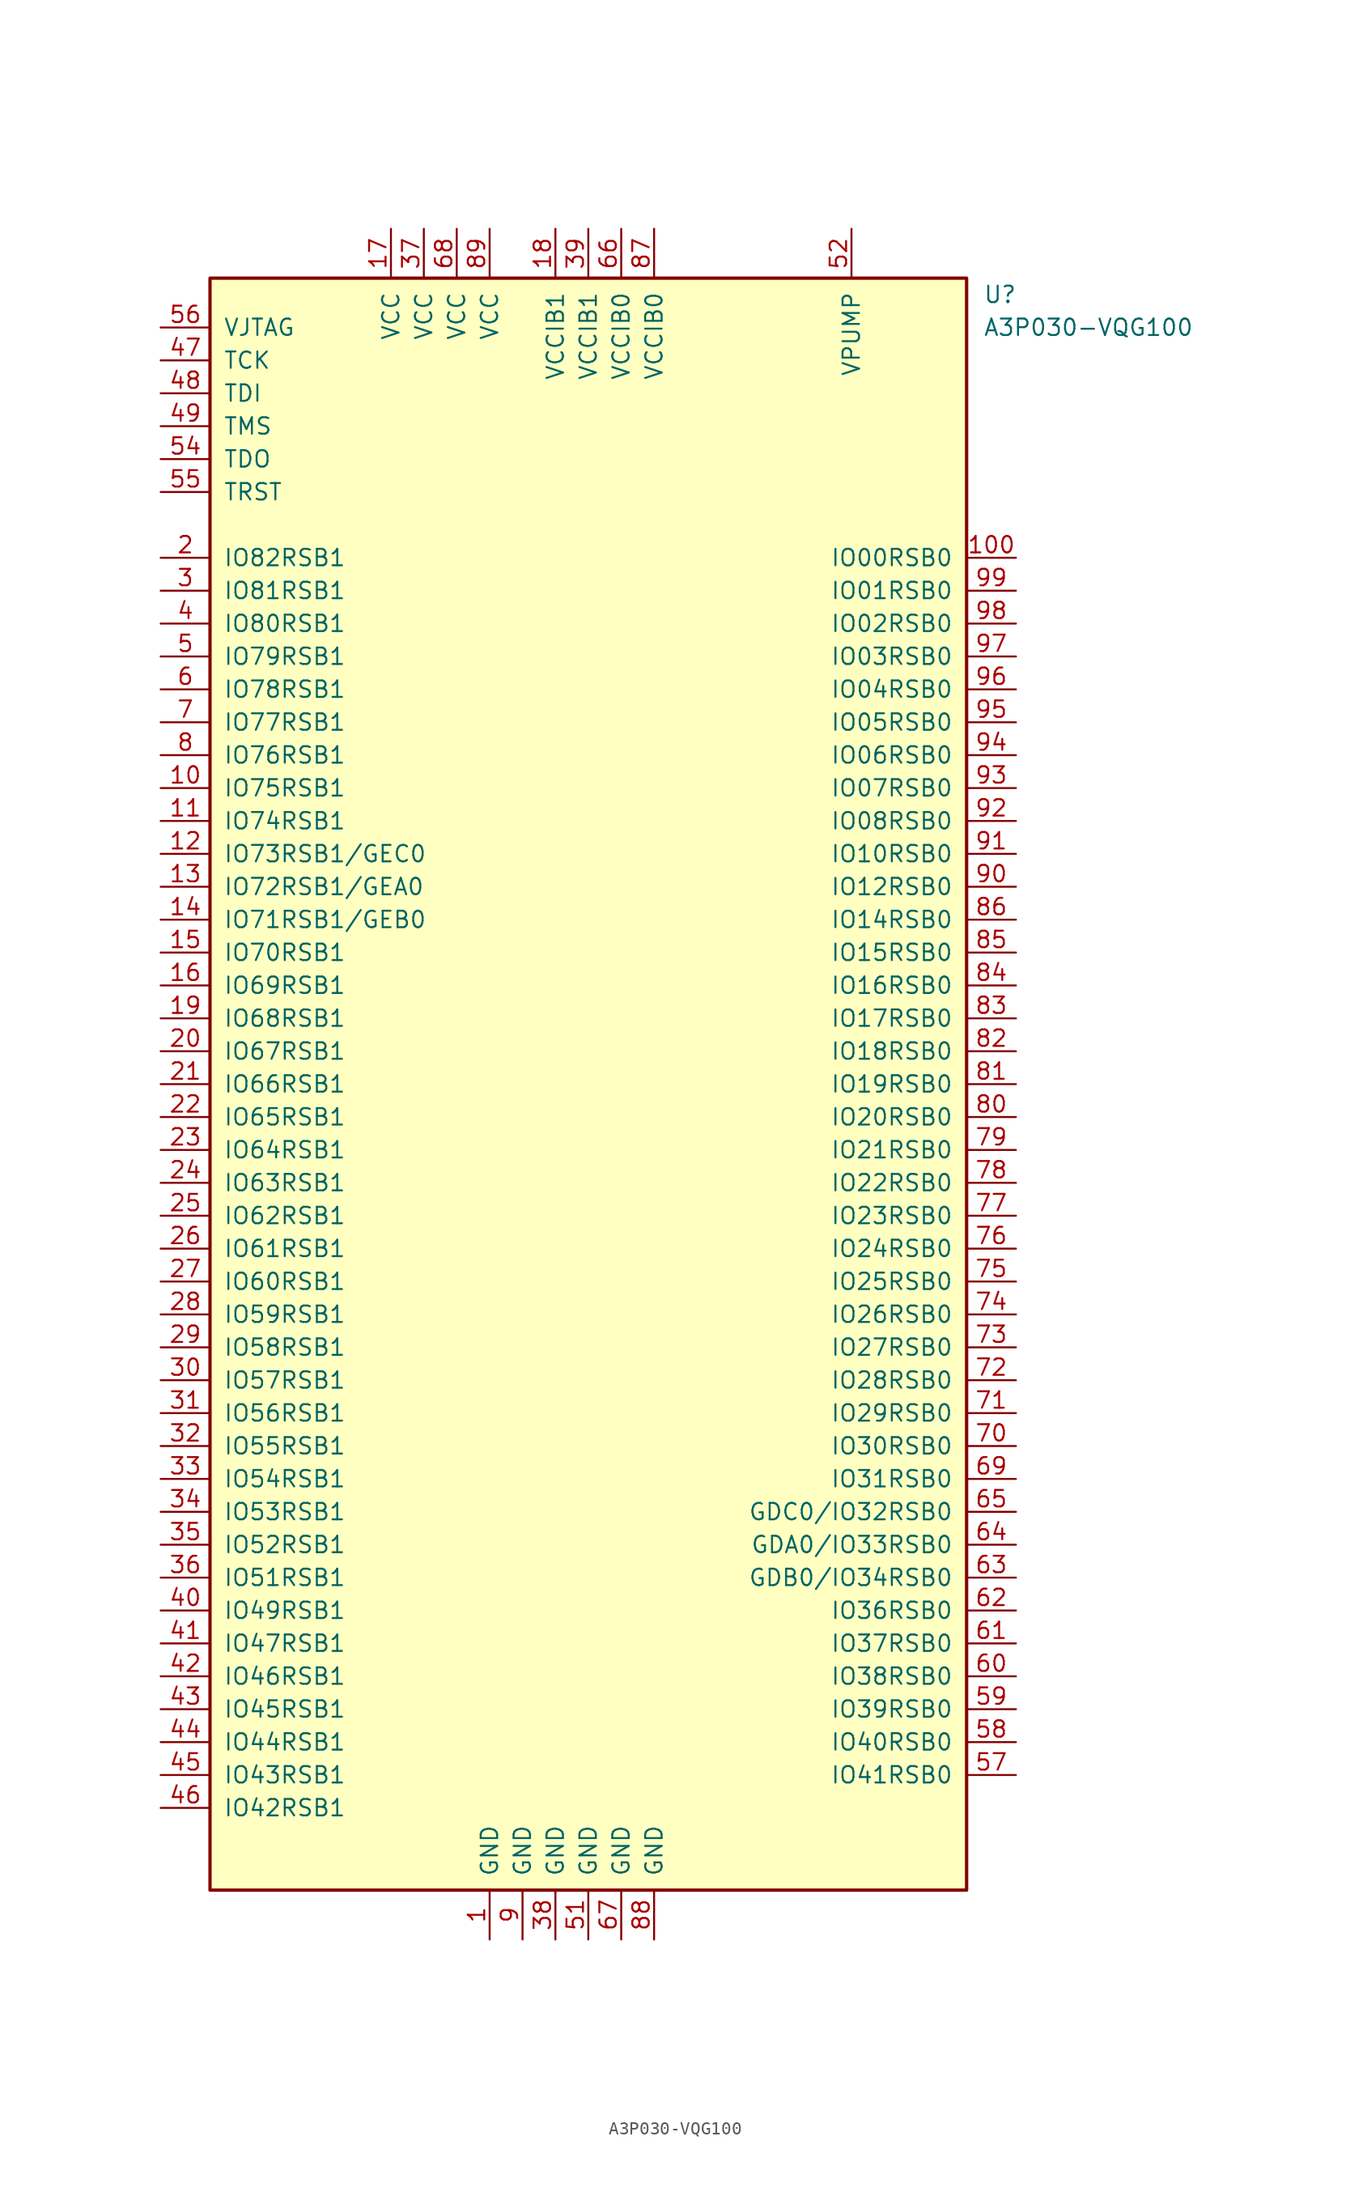
<source format=kicad_sym>
(kicad_symbol_lib
  (version 20201005)
  (generator kicad_symbol_editor)
  (symbol "FPGA_Microsemi:A3P030-VQG100"
    (pin_names
      (offset 1.016))
    (property "Reference" "U"
      (at 30.48 60.96 0)
      (effects (font (size 1.27 1.27)) (justify left)))
    (property "Value" "A3P030-VQG100"
      (at 30.48 58.42 0)
      (effects (font (size 1.27 1.27)) (justify left)))
    (symbol "A3P030-VQG100_0_1"
      (rectangle (start -29.21 62.23) (end 29.21 -62.23) (stroke (width 0.254)) (fill (type background))))
    (symbol "A3P030-VQG100_1_1"
      (pin power_in line (at -7.62 -66.04 90) (length 3.81) (name "GND" (effects (font (size 1.27 1.27)))) (number "1" (effects (font (size 1.27 1.27)))))
      (pin bidirectional line (at -33.02 22.86 0) (length 3.81) (name "IO75RSB1" (effects (font (size 1.27 1.27)))) (number "10" (effects (font (size 1.27 1.27)))))
      (pin bidirectional line (at 33.02 40.64 180) (length 3.81) (name "IO00RSB0" (effects (font (size 1.27 1.27)))) (number "100" (effects (font (size 1.27 1.27)))))
      (pin bidirectional line (at -33.02 20.32 0) (length 3.81) (name "IO74RSB1" (effects (font (size 1.27 1.27)))) (number "11" (effects (font (size 1.27 1.27)))))
      (pin bidirectional line (at -33.02 17.78 0) (length 3.81) (name "IO73RSB1/GEC0" (effects (font (size 1.27 1.27)))) (number "12" (effects (font (size 1.27 1.27)))))
      (pin bidirectional line (at -33.02 15.24 0) (length 3.81) (name "IO72RSB1/GEA0" (effects (font (size 1.27 1.27)))) (number "13" (effects (font (size 1.27 1.27)))))
      (pin bidirectional line (at -33.02 12.7 0) (length 3.81) (name "IO71RSB1/GEB0" (effects (font (size 1.27 1.27)))) (number "14" (effects (font (size 1.27 1.27)))))
      (pin bidirectional line (at -33.02 10.16 0) (length 3.81) (name "IO70RSB1" (effects (font (size 1.27 1.27)))) (number "15" (effects (font (size 1.27 1.27)))))
      (pin bidirectional line (at -33.02 7.62 0) (length 3.81) (name "IO69RSB1" (effects (font (size 1.27 1.27)))) (number "16" (effects (font (size 1.27 1.27)))))
      (pin power_in line (at -15.24 66.04 270) (length 3.81) (name "VCC" (effects (font (size 1.27 1.27)))) (number "17" (effects (font (size 1.27 1.27)))))
      (pin power_in line (at -2.54 66.04 270) (length 3.81) (name "VCCIB1" (effects (font (size 1.27 1.27)))) (number "18" (effects (font (size 1.27 1.27)))))
      (pin bidirectional line (at -33.02 5.08 0) (length 3.81) (name "IO68RSB1" (effects (font (size 1.27 1.27)))) (number "19" (effects (font (size 1.27 1.27)))))
      (pin bidirectional line (at -33.02 40.64 0) (length 3.81) (name "IO82RSB1" (effects (font (size 1.27 1.27)))) (number "2" (effects (font (size 1.27 1.27)))))
      (pin bidirectional line (at -33.02 2.54 0) (length 3.81) (name "IO67RSB1" (effects (font (size 1.27 1.27)))) (number "20" (effects (font (size 1.27 1.27)))))
      (pin bidirectional line (at -33.02 0 0) (length 3.81) (name "IO66RSB1" (effects (font (size 1.27 1.27)))) (number "21" (effects (font (size 1.27 1.27)))))
      (pin bidirectional line (at -33.02 -2.54 0) (length 3.81) (name "IO65RSB1" (effects (font (size 1.27 1.27)))) (number "22" (effects (font (size 1.27 1.27)))))
      (pin bidirectional line (at -33.02 -5.08 0) (length 3.81) (name "IO64RSB1" (effects (font (size 1.27 1.27)))) (number "23" (effects (font (size 1.27 1.27)))))
      (pin bidirectional line (at -33.02 -7.62 0) (length 3.81) (name "IO63RSB1" (effects (font (size 1.27 1.27)))) (number "24" (effects (font (size 1.27 1.27)))))
      (pin bidirectional line (at -33.02 -10.16 0) (length 3.81) (name "IO62RSB1" (effects (font (size 1.27 1.27)))) (number "25" (effects (font (size 1.27 1.27)))))
      (pin bidirectional line (at -33.02 -12.7 0) (length 3.81) (name "IO61RSB1" (effects (font (size 1.27 1.27)))) (number "26" (effects (font (size 1.27 1.27)))))
      (pin bidirectional line (at -33.02 -15.24 0) (length 3.81) (name "IO60RSB1" (effects (font (size 1.27 1.27)))) (number "27" (effects (font (size 1.27 1.27)))))
      (pin bidirectional line (at -33.02 -17.78 0) (length 3.81) (name "IO59RSB1" (effects (font (size 1.27 1.27)))) (number "28" (effects (font (size 1.27 1.27)))))
      (pin bidirectional line (at -33.02 -20.32 0) (length 3.81) (name "IO58RSB1" (effects (font (size 1.27 1.27)))) (number "29" (effects (font (size 1.27 1.27)))))
      (pin bidirectional line (at -33.02 38.1 0) (length 3.81) (name "IO81RSB1" (effects (font (size 1.27 1.27)))) (number "3" (effects (font (size 1.27 1.27)))))
      (pin bidirectional line (at -33.02 -22.86 0) (length 3.81) (name "IO57RSB1" (effects (font (size 1.27 1.27)))) (number "30" (effects (font (size 1.27 1.27)))))
      (pin bidirectional line (at -33.02 -25.4 0) (length 3.81) (name "IO56RSB1" (effects (font (size 1.27 1.27)))) (number "31" (effects (font (size 1.27 1.27)))))
      (pin bidirectional line (at -33.02 -27.94 0) (length 3.81) (name "IO55RSB1" (effects (font (size 1.27 1.27)))) (number "32" (effects (font (size 1.27 1.27)))))
      (pin bidirectional line (at -33.02 -30.48 0) (length 3.81) (name "IO54RSB1" (effects (font (size 1.27 1.27)))) (number "33" (effects (font (size 1.27 1.27)))))
      (pin bidirectional line (at -33.02 -33.02 0) (length 3.81) (name "IO53RSB1" (effects (font (size 1.27 1.27)))) (number "34" (effects (font (size 1.27 1.27)))))
      (pin bidirectional line (at -33.02 -35.56 0) (length 3.81) (name "IO52RSB1" (effects (font (size 1.27 1.27)))) (number "35" (effects (font (size 1.27 1.27)))))
      (pin bidirectional line (at -33.02 -38.1 0) (length 3.81) (name "IO51RSB1" (effects (font (size 1.27 1.27)))) (number "36" (effects (font (size 1.27 1.27)))))
      (pin power_in line (at -12.7 66.04 270) (length 3.81) (name "VCC" (effects (font (size 1.27 1.27)))) (number "37" (effects (font (size 1.27 1.27)))))
      (pin power_in line (at -2.54 -66.04 90) (length 3.81) (name "GND" (effects (font (size 1.27 1.27)))) (number "38" (effects (font (size 1.27 1.27)))))
      (pin power_in line (at 0 66.04 270) (length 3.81) (name "VCCIB1" (effects (font (size 1.27 1.27)))) (number "39" (effects (font (size 1.27 1.27)))))
      (pin bidirectional line (at -33.02 35.56 0) (length 3.81) (name "IO80RSB1" (effects (font (size 1.27 1.27)))) (number "4" (effects (font (size 1.27 1.27)))))
      (pin bidirectional line (at -33.02 -40.64 0) (length 3.81) (name "IO49RSB1" (effects (font (size 1.27 1.27)))) (number "40" (effects (font (size 1.27 1.27)))))
      (pin bidirectional line (at -33.02 -43.18 0) (length 3.81) (name "IO47RSB1" (effects (font (size 1.27 1.27)))) (number "41" (effects (font (size 1.27 1.27)))))
      (pin bidirectional line (at -33.02 -45.72 0) (length 3.81) (name "IO46RSB1" (effects (font (size 1.27 1.27)))) (number "42" (effects (font (size 1.27 1.27)))))
      (pin bidirectional line (at -33.02 -48.26 0) (length 3.81) (name "IO45RSB1" (effects (font (size 1.27 1.27)))) (number "43" (effects (font (size 1.27 1.27)))))
      (pin bidirectional line (at -33.02 -50.8 0) (length 3.81) (name "IO44RSB1" (effects (font (size 1.27 1.27)))) (number "44" (effects (font (size 1.27 1.27)))))
      (pin bidirectional line (at -33.02 -53.34 0) (length 3.81) (name "IO43RSB1" (effects (font (size 1.27 1.27)))) (number "45" (effects (font (size 1.27 1.27)))))
      (pin bidirectional line (at -33.02 -55.88 0) (length 3.81) (name "IO42RSB1" (effects (font (size 1.27 1.27)))) (number "46" (effects (font (size 1.27 1.27)))))
      (pin bidirectional line (at -33.02 55.88 0) (length 3.81) (name "TCK" (effects (font (size 1.27 1.27)))) (number "47" (effects (font (size 1.27 1.27)))))
      (pin bidirectional line (at -33.02 53.34 0) (length 3.81) (name "TDI" (effects (font (size 1.27 1.27)))) (number "48" (effects (font (size 1.27 1.27)))))
      (pin bidirectional line (at -33.02 50.8 0) (length 3.81) (name "TMS" (effects (font (size 1.27 1.27)))) (number "49" (effects (font (size 1.27 1.27)))))
      (pin bidirectional line (at -33.02 33.02 0) (length 3.81) (name "IO79RSB1" (effects (font (size 1.27 1.27)))) (number "5" (effects (font (size 1.27 1.27)))))
      (pin power_in line (at 0 -66.04 90) (length 3.81) (name "GND" (effects (font (size 1.27 1.27)))) (number "51" (effects (font (size 1.27 1.27)))))
      (pin power_in line (at 20.32 66.04 270) (length 3.81) (name "VPUMP" (effects (font (size 1.27 1.27)))) (number "52" (effects (font (size 1.27 1.27)))))
      (pin bidirectional line (at -33.02 48.26 0) (length 3.81) (name "TDO" (effects (font (size 1.27 1.27)))) (number "54" (effects (font (size 1.27 1.27)))))
      (pin bidirectional line (at -33.02 45.72 0) (length 3.81) (name "TRST" (effects (font (size 1.27 1.27)))) (number "55" (effects (font (size 1.27 1.27)))))
      (pin bidirectional line (at -33.02 58.42 0) (length 3.81) (name "VJTAG" (effects (font (size 1.27 1.27)))) (number "56" (effects (font (size 1.27 1.27)))))
      (pin bidirectional line (at 33.02 -53.34 180) (length 3.81) (name "IO41RSB0" (effects (font (size 1.27 1.27)))) (number "57" (effects (font (size 1.27 1.27)))))
      (pin bidirectional line (at 33.02 -50.8 180) (length 3.81) (name "IO40RSB0" (effects (font (size 1.27 1.27)))) (number "58" (effects (font (size 1.27 1.27)))))
      (pin bidirectional line (at 33.02 -48.26 180) (length 3.81) (name "IO39RSB0" (effects (font (size 1.27 1.27)))) (number "59" (effects (font (size 1.27 1.27)))))
      (pin bidirectional line (at -33.02 30.48 0) (length 3.81) (name "IO78RSB1" (effects (font (size 1.27 1.27)))) (number "6" (effects (font (size 1.27 1.27)))))
      (pin bidirectional line (at 33.02 -45.72 180) (length 3.81) (name "IO38RSB0" (effects (font (size 1.27 1.27)))) (number "60" (effects (font (size 1.27 1.27)))))
      (pin bidirectional line (at 33.02 -43.18 180) (length 3.81) (name "IO37RSB0" (effects (font (size 1.27 1.27)))) (number "61" (effects (font (size 1.27 1.27)))))
      (pin bidirectional line (at 33.02 -40.64 180) (length 3.81) (name "IO36RSB0" (effects (font (size 1.27 1.27)))) (number "62" (effects (font (size 1.27 1.27)))))
      (pin bidirectional line (at 33.02 -38.1 180) (length 3.81) (name "GDB0/IO34RSB0" (effects (font (size 1.27 1.27)))) (number "63" (effects (font (size 1.27 1.27)))))
      (pin bidirectional line (at 33.02 -35.56 180) (length 3.81) (name "GDA0/IO33RSB0" (effects (font (size 1.27 1.27)))) (number "64" (effects (font (size 1.27 1.27)))))
      (pin bidirectional line (at 33.02 -33.02 180) (length 3.81) (name "GDC0/IO32RSB0" (effects (font (size 1.27 1.27)))) (number "65" (effects (font (size 1.27 1.27)))))
      (pin power_in line (at 2.54 66.04 270) (length 3.81) (name "VCCIB0" (effects (font (size 1.27 1.27)))) (number "66" (effects (font (size 1.27 1.27)))))
      (pin power_in line (at 2.54 -66.04 90) (length 3.81) (name "GND" (effects (font (size 1.27 1.27)))) (number "67" (effects (font (size 1.27 1.27)))))
      (pin power_in line (at -10.16 66.04 270) (length 3.81) (name "VCC" (effects (font (size 1.27 1.27)))) (number "68" (effects (font (size 1.27 1.27)))))
      (pin bidirectional line (at 33.02 -30.48 180) (length 3.81) (name "IO31RSB0" (effects (font (size 1.27 1.27)))) (number "69" (effects (font (size 1.27 1.27)))))
      (pin input line (at -33.02 27.94 0) (length 3.81) (name "IO77RSB1" (effects (font (size 1.27 1.27)))) (number "7" (effects (font (size 1.27 1.27)))))
      (pin bidirectional line (at 33.02 -27.94 180) (length 3.81) (name "IO30RSB0" (effects (font (size 1.27 1.27)))) (number "70" (effects (font (size 1.27 1.27)))))
      (pin bidirectional line (at 33.02 -25.4 180) (length 3.81) (name "IO29RSB0" (effects (font (size 1.27 1.27)))) (number "71" (effects (font (size 1.27 1.27)))))
      (pin bidirectional line (at 33.02 -22.86 180) (length 3.81) (name "IO28RSB0" (effects (font (size 1.27 1.27)))) (number "72" (effects (font (size 1.27 1.27)))))
      (pin bidirectional line (at 33.02 -20.32 180) (length 3.81) (name "IO27RSB0" (effects (font (size 1.27 1.27)))) (number "73" (effects (font (size 1.27 1.27)))))
      (pin bidirectional line (at 33.02 -17.78 180) (length 3.81) (name "IO26RSB0" (effects (font (size 1.27 1.27)))) (number "74" (effects (font (size 1.27 1.27)))))
      (pin bidirectional line (at 33.02 -15.24 180) (length 3.81) (name "IO25RSB0" (effects (font (size 1.27 1.27)))) (number "75" (effects (font (size 1.27 1.27)))))
      (pin bidirectional line (at 33.02 -12.7 180) (length 3.81) (name "IO24RSB0" (effects (font (size 1.27 1.27)))) (number "76" (effects (font (size 1.27 1.27)))))
      (pin bidirectional line (at 33.02 -10.16 180) (length 3.81) (name "IO23RSB0" (effects (font (size 1.27 1.27)))) (number "77" (effects (font (size 1.27 1.27)))))
      (pin bidirectional line (at 33.02 -7.62 180) (length 3.81) (name "IO22RSB0" (effects (font (size 1.27 1.27)))) (number "78" (effects (font (size 1.27 1.27)))))
      (pin bidirectional line (at 33.02 -5.08 180) (length 3.81) (name "IO21RSB0" (effects (font (size 1.27 1.27)))) (number "79" (effects (font (size 1.27 1.27)))))
      (pin bidirectional line (at -33.02 25.4 0) (length 3.81) (name "IO76RSB1" (effects (font (size 1.27 1.27)))) (number "8" (effects (font (size 1.27 1.27)))))
      (pin bidirectional line (at 33.02 -2.54 180) (length 3.81) (name "IO20RSB0" (effects (font (size 1.27 1.27)))) (number "80" (effects (font (size 1.27 1.27)))))
      (pin bidirectional line (at 33.02 0 180) (length 3.81) (name "IO19RSB0" (effects (font (size 1.27 1.27)))) (number "81" (effects (font (size 1.27 1.27)))))
      (pin bidirectional line (at 33.02 2.54 180) (length 3.81) (name "IO18RSB0" (effects (font (size 1.27 1.27)))) (number "82" (effects (font (size 1.27 1.27)))))
      (pin bidirectional line (at 33.02 5.08 180) (length 3.81) (name "IO17RSB0" (effects (font (size 1.27 1.27)))) (number "83" (effects (font (size 1.27 1.27)))))
      (pin bidirectional line (at 33.02 7.62 180) (length 3.81) (name "IO16RSB0" (effects (font (size 1.27 1.27)))) (number "84" (effects (font (size 1.27 1.27)))))
      (pin bidirectional line (at 33.02 10.16 180) (length 3.81) (name "IO15RSB0" (effects (font (size 1.27 1.27)))) (number "85" (effects (font (size 1.27 1.27)))))
      (pin bidirectional line (at 33.02 12.7 180) (length 3.81) (name "IO14RSB0" (effects (font (size 1.27 1.27)))) (number "86" (effects (font (size 1.27 1.27)))))
      (pin power_in line (at 5.08 66.04 270) (length 3.81) (name "VCCIB0" (effects (font (size 1.27 1.27)))) (number "87" (effects (font (size 1.27 1.27)))))
      (pin power_in line (at 5.08 -66.04 90) (length 3.81) (name "GND" (effects (font (size 1.27 1.27)))) (number "88" (effects (font (size 1.27 1.27)))))
      (pin power_in line (at -7.62 66.04 270) (length 3.81) (name "VCC" (effects (font (size 1.27 1.27)))) (number "89" (effects (font (size 1.27 1.27)))))
      (pin power_in line (at -5.08 -66.04 90) (length 3.81) (name "GND" (effects (font (size 1.27 1.27)))) (number "9" (effects (font (size 1.27 1.27)))))
      (pin input line (at 33.02 15.24 180) (length 3.81) (name "IO12RSB0" (effects (font (size 1.27 1.27)))) (number "90" (effects (font (size 1.27 1.27)))))
      (pin bidirectional line (at 33.02 17.78 180) (length 3.81) (name "IO10RSB0" (effects (font (size 1.27 1.27)))) (number "91" (effects (font (size 1.27 1.27)))))
      (pin bidirectional line (at 33.02 20.32 180) (length 3.81) (name "IO08RSB0" (effects (font (size 1.27 1.27)))) (number "92" (effects (font (size 1.27 1.27)))))
      (pin bidirectional line (at 33.02 22.86 180) (length 3.81) (name "IO07RSB0" (effects (font (size 1.27 1.27)))) (number "93" (effects (font (size 1.27 1.27)))))
      (pin bidirectional line (at 33.02 25.4 180) (length 3.81) (name "IO06RSB0" (effects (font (size 1.27 1.27)))) (number "94" (effects (font (size 1.27 1.27)))))
      (pin bidirectional line (at 33.02 27.94 180) (length 3.81) (name "IO05RSB0" (effects (font (size 1.27 1.27)))) (number "95" (effects (font (size 1.27 1.27)))))
      (pin bidirectional line (at 33.02 30.48 180) (length 3.81) (name "IO04RSB0" (effects (font (size 1.27 1.27)))) (number "96" (effects (font (size 1.27 1.27)))))
      (pin bidirectional line (at 33.02 33.02 180) (length 3.81) (name "IO03RSB0" (effects (font (size 1.27 1.27)))) (number "97" (effects (font (size 1.27 1.27)))))
      (pin bidirectional line (at 33.02 35.56 180) (length 3.81) (name "IO02RSB0" (effects (font (size 1.27 1.27)))) (number "98" (effects (font (size 1.27 1.27)))))
      (pin bidirectional line (at 33.02 38.1 180) (length 3.81) (name "IO01RSB0" (effects (font (size 1.27 1.27)))) (number "99" (effects (font (size 1.27 1.27))))))))
</source>
